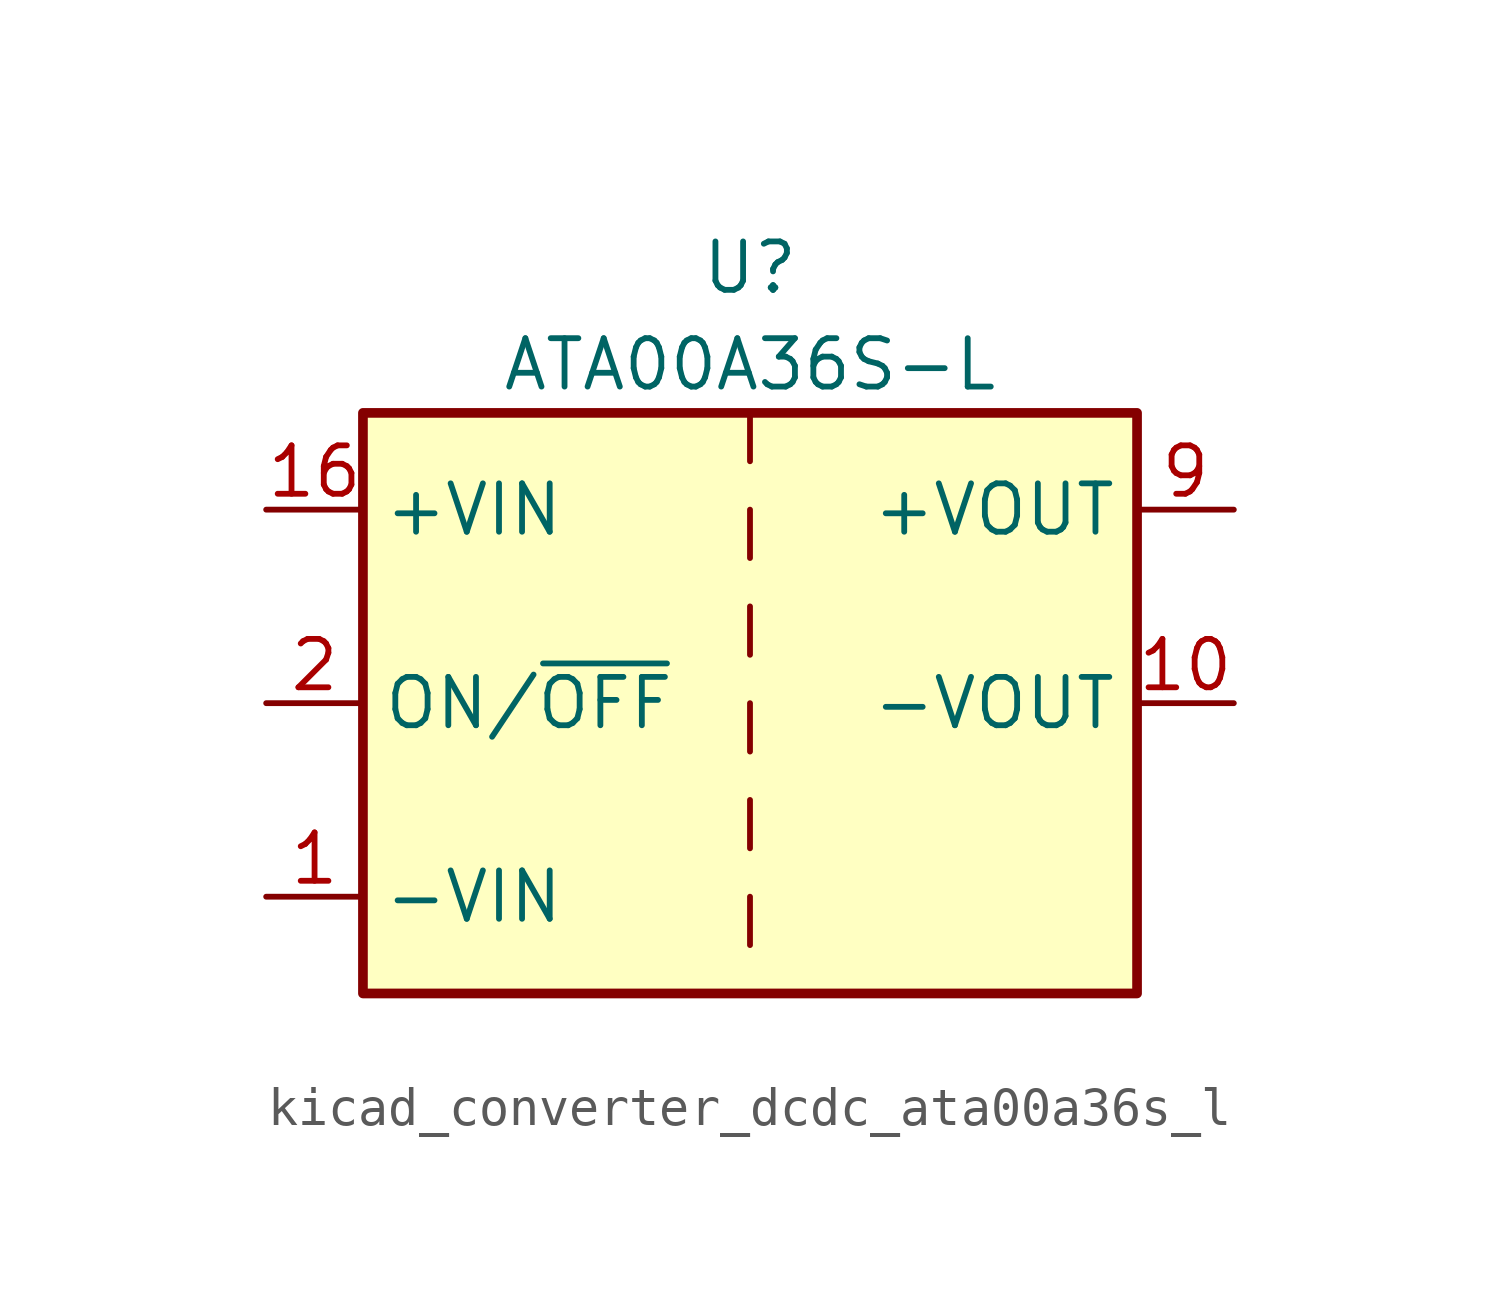
<source format=kicad_sym>
(kicad_symbol_lib
  (version 20220914)
  (generator kicad_symbol_editor)
  (symbol "kicad_converter_dcdc_ata00a36s_l"
    (property "Reference" "U"
      (at 0 11.43 0)
      (effects (font (size 1.27 1.27))))
    (property "Value" "ATA00A36S-L"
      (at 0 8.89 0)
      (effects (font (size 1.27 1.27))))
    (symbol "kicad_converter_dcdc_ata00a36s_l_0_1"
      (rectangle (start -10.16 7.62) (end 10.16 -7.62) (stroke (width 0.254) (type default)) (fill (type background)))
      (polyline (pts (xy 0 -5.08) (xy 0 -6.35)) (stroke (width 0) (type default)) (fill (type none)))
      (polyline (pts (xy 0 -2.54) (xy 0 -3.81)) (stroke (width 0) (type default)) (fill (type none)))
      (polyline (pts (xy 0 0) (xy 0 -1.27)) (stroke (width 0) (type default)) (fill (type none)))
      (polyline (pts (xy 0 2.54) (xy 0 1.27)) (stroke (width 0) (type default)) (fill (type none)))
      (polyline (pts (xy 0 5.08) (xy 0 3.81)) (stroke (width 0) (type default)) (fill (type none)))
      (polyline (pts (xy 0 7.62) (xy 0 6.35)) (stroke (width 0) (type default)) (fill (type none))))
    (symbol "kicad_converter_dcdc_ata00a36s_l_1_1"
      (pin power_in line (at -12.7 -5.08 0) (length 2.54) (name "-VIN" (effects (font (size 1.27 1.27)))) (number "1" (effects (font (size 1.27 1.27)))))
      (pin power_out line (at 12.7 0 180) (length 2.54) (name "-VOUT" (effects (font (size 1.27 1.27)))) (number "10" (effects (font (size 1.27 1.27)))))
      (pin power_in line (at -12.7 5.08 0) (length 2.54) (name "+VIN" (effects (font (size 1.27 1.27)))) (number "16" (effects (font (size 1.27 1.27)))))
      (pin input line (at -12.7 0 0) (length 2.54) (name "ON/~{OFF}" (effects (font (size 1.27 1.27)))) (number "2" (effects (font (size 1.27 1.27)))))
      (pin no_connect line (at 10.16 -2.54 180) (length 2.54) hide (name "NC" (effects (font (size 1.27 1.27)))) (number "7" (effects (font (size 1.27 1.27)))))
      (pin no_connect line (at 10.16 -5.08 180) (length 2.54) hide (name "NC" (effects (font (size 1.27 1.27)))) (number "8" (effects (font (size 1.27 1.27)))))
      (pin power_out line (at 12.7 5.08 180) (length 2.54) (name "+VOUT" (effects (font (size 1.27 1.27)))) (number "9" (effects (font (size 1.27 1.27))))))))
</source>
